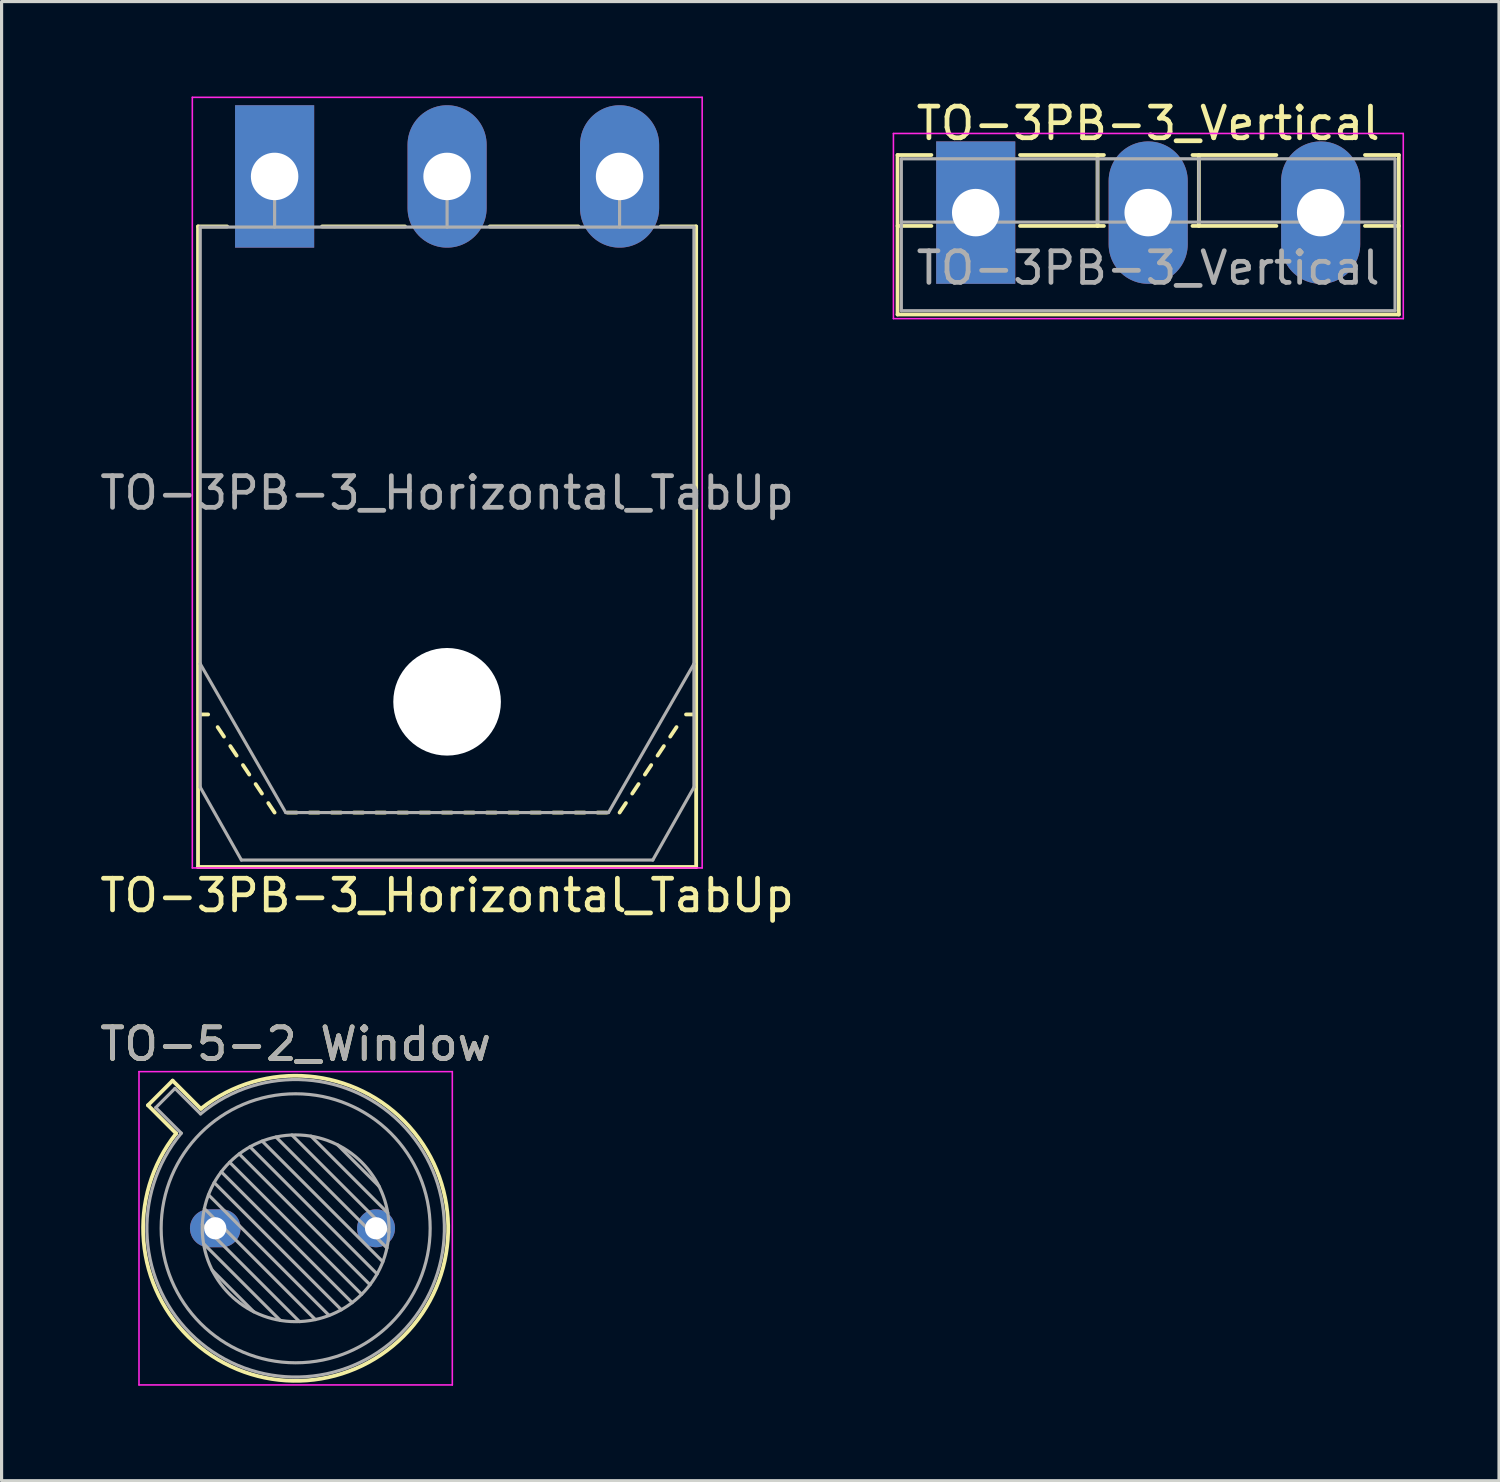
<source format=kicad_pcb>
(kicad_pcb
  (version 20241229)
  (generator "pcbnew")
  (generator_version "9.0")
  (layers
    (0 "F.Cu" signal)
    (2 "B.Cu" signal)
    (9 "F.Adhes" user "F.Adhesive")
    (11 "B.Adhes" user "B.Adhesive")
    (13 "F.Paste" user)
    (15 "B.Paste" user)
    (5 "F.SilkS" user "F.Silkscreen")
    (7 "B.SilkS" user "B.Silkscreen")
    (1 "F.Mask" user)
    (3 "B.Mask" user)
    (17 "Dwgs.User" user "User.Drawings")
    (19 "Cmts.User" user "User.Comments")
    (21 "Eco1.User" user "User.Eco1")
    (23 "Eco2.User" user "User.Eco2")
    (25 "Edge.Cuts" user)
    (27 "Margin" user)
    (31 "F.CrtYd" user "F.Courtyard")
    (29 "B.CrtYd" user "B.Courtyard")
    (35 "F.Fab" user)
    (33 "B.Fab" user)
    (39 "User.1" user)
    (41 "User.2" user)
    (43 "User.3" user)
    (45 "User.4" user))
  (footprint "TO-5-2_Window"
    (layer "F.Cu")
    (at 3.752 35.761)
    (property "Reference" "TO-5-2_Window" (at 2.54 -5.82 0) (layer "F.SilkS") (effects (font (size 1 1) (thickness 0.15))))
    (attr through_hole)
    (fp_line (start -2.126 -3.888) (end -1.235 -2.997) (stroke (width 0.12) (type solid)) (layer "F.SilkS"))
    (fp_line (start -1.348 -4.666) (end -2.126 -3.888) (stroke (width 0.12) (type solid)) (layer "F.SilkS"))
    (fp_line (start -0.457 -3.775) (end -1.348 -4.666) (stroke (width 0.12) (type solid)) (layer "F.SilkS"))
    (fp_arc (start -0.457084 -3.774902) (mid 5.948125 3.408384) (end -1.234674 -2.997371) (stroke (width 0.12) (type solid)) (layer "F.SilkS"))
    (fp_line (start -2.41 -4.95) (end -2.41 4.95) (stroke (width 0.05) (type solid)) (layer "F.CrtYd"))
    (fp_line (start -2.41 4.95) (end 7.49 4.95) (stroke (width 0.05) (type solid)) (layer "F.CrtYd"))
    (fp_line (start 7.49 -4.95) (end -2.41 -4.95) (stroke (width 0.05) (type solid)) (layer "F.CrtYd"))
    (fp_line (start 7.49 4.95) (end 7.49 -4.95) (stroke (width 0.05) (type solid)) (layer "F.CrtYd"))
    (fp_line (start -1.88 -3.812) (end -1.074 -3.005) (stroke (width 0.1) (type solid)) (layer "F.Fab"))
    (fp_line (start -1.272 -4.42) (end -1.88 -3.812) (stroke (width 0.1) (type solid)) (layer "F.Fab"))
    (fp_line (start -0.465 -3.614) (end -1.272 -4.42) (stroke (width 0.1) (type solid)) (layer "F.Fab"))
    (fp_line (start -0.408 -0.12) (end 2.66 2.948) (stroke (width 0.1) (type solid)) (layer "F.Fab"))
    (fp_line (start -0.371 0.485) (end 2.055 2.911) (stroke (width 0.1) (type solid)) (layer "F.Fab"))
    (fp_line (start -0.344 -0.622) (end 3.162 2.884) (stroke (width 0.1) (type solid)) (layer "F.Fab"))
    (fp_line (start -0.215 -1.058) (end 3.598 2.755) (stroke (width 0.1) (type solid)) (layer "F.Fab"))
    (fp_line (start -0.097 1.324) (end 1.216 2.637) (stroke (width 0.1) (type solid)) (layer "F.Fab"))
    (fp_line (start -0.034 -1.443) (end 3.983 2.574) (stroke (width 0.1) (type solid)) (layer "F.Fab"))
    (fp_line (start 0.19 -1.784) (end 4.324 2.35) (stroke (width 0.1) (type solid)) (layer "F.Fab"))
    (fp_line (start 0.454 -2.086) (end 4.626 2.086) (stroke (width 0.1) (type solid)) (layer "F.Fab"))
    (fp_line (start 0.756 -2.35) (end 4.89 1.784) (stroke (width 0.1) (type solid)) (layer "F.Fab"))
    (fp_line (start 1.097 -2.574) (end 5.114 1.443) (stroke (width 0.1) (type solid)) (layer "F.Fab"))
    (fp_line (start 1.482 -2.755) (end 5.295 1.058) (stroke (width 0.1) (type solid)) (layer "F.Fab"))
    (fp_line (start 1.918 -2.884) (end 5.424 0.622) (stroke (width 0.1) (type solid)) (layer "F.Fab"))
    (fp_line (start 2.42 -2.948) (end 5.488 0.12) (stroke (width 0.1) (type solid)) (layer "F.Fab"))
    (fp_line (start 3.025 -2.911) (end 5.451 -0.485) (stroke (width 0.1) (type solid)) (layer "F.Fab"))
    (fp_line (start 3.864 -2.637) (end 5.177 -1.324) (stroke (width 0.1) (type solid)) (layer "F.Fab"))
    (fp_arc (start -0.465408 -3.61352) (mid 5.863443 3.323361) (end -1.073594 -3.005319) (stroke (width 0.1) (type solid)) (layer "F.Fab"))
    (fp_circle (center 2.54 0) (end 5.49 0) (stroke (width 0.1) (type solid)) (fill no) (layer "F.Fab"))
    (fp_circle (center 2.54 0) (end 6.79 0) (stroke (width 0.1) (type solid)) (fill no) (layer "F.Fab"))
    (fp_text user "${REFERENCE}" (at 2.54 -5.82 0) (layer "F.Fab") (effects (font (size 1 1) (thickness 0.15))))
    (pad "1" thru_hole oval (at 0 0) (size 1.6 1.2) (drill 0.7) (layers "*.Cu" "*.Mask"))
    (pad "2" thru_hole oval (at 5.08 0) (size 1.2 1.2) (drill 0.7) (layers "*.Cu" "*.Mask")))
  (footprint "TO-3PB-3_Vertical"
    (layer "F.Cu")
    (at 27.78 3.668)
    (property "Reference" "TO-3PB-3_Vertical" (at 5.45 -2.82 0) (layer "F.SilkS") (effects (font (size 1 1) (thickness 0.15))))
    (attr through_hole)
    (fp_line (start -2.47 -1.82) (end -2.47 3.22) (stroke (width 0.12) (type solid)) (layer "F.SilkS"))
    (fp_line (start -2.47 -1.82) (end -1.4 -1.82) (stroke (width 0.12) (type solid)) (layer "F.SilkS"))
    (fp_line (start -2.47 0.421) (end -1.4 0.421) (stroke (width 0.12) (type solid)) (layer "F.SilkS"))
    (fp_line (start -2.47 3.22) (end 13.37 3.22) (stroke (width 0.12) (type solid)) (layer "F.SilkS"))
    (fp_line (start 1.4 -1.82) (end 4.051 -1.82) (stroke (width 0.12) (type solid)) (layer "F.SilkS"))
    (fp_line (start 1.4 0.421) (end 4.051 0.421) (stroke (width 0.12) (type solid)) (layer "F.SilkS"))
    (fp_line (start 3.85 -1.82) (end 3.85 0.421) (stroke (width 0.12) (type solid)) (layer "F.SilkS"))
    (fp_line (start 6.85 -1.82) (end 9.5 -1.82) (stroke (width 0.12) (type solid)) (layer "F.SilkS"))
    (fp_line (start 6.85 0.421) (end 9.5 0.421) (stroke (width 0.12) (type solid)) (layer "F.SilkS"))
    (fp_line (start 7.051 -1.82) (end 7.051 0.421) (stroke (width 0.12) (type solid)) (layer "F.SilkS"))
    (fp_line (start 12.3 -1.82) (end 13.37 -1.82) (stroke (width 0.12) (type solid)) (layer "F.SilkS"))
    (fp_line (start 12.3 0.421) (end 13.37 0.421) (stroke (width 0.12) (type solid)) (layer "F.SilkS"))
    (fp_line (start 13.37 -1.82) (end 13.37 3.22) (stroke (width 0.12) (type solid)) (layer "F.SilkS"))
    (fp_line (start -2.6 -2.5) (end -2.6 3.35) (stroke (width 0.05) (type solid)) (layer "F.CrtYd"))
    (fp_line (start -2.6 3.35) (end 13.51 3.35) (stroke (width 0.05) (type solid)) (layer "F.CrtYd"))
    (fp_line (start 13.51 -2.5) (end -2.6 -2.5) (stroke (width 0.05) (type solid)) (layer "F.CrtYd"))
    (fp_line (start 13.51 3.35) (end 13.51 -2.5) (stroke (width 0.05) (type solid)) (layer "F.CrtYd"))
    (fp_line (start -2.35 -1.7) (end -2.35 3.1) (stroke (width 0.1) (type solid)) (layer "F.Fab"))
    (fp_line (start -2.35 0.3) (end 13.25 0.3) (stroke (width 0.1) (type solid)) (layer "F.Fab"))
    (fp_line (start -2.35 3.1) (end 13.25 3.1) (stroke (width 0.1) (type solid)) (layer "F.Fab"))
    (fp_line (start 3.85 -1.7) (end 3.85 0.3) (stroke (width 0.1) (type solid)) (layer "F.Fab"))
    (fp_line (start 7.05 -1.7) (end 7.05 0.3) (stroke (width 0.1) (type solid)) (layer "F.Fab"))
    (fp_line (start 13.25 -1.7) (end -2.35 -1.7) (stroke (width 0.1) (type solid)) (layer "F.Fab"))
    (fp_line (start 13.25 3.1) (end 13.25 -1.7) (stroke (width 0.1) (type solid)) (layer "F.Fab"))
    (fp_text user "${REFERENCE}" (at 5.45 1.75 0) (layer "F.Fab") (effects (font (size 1 1) (thickness 0.15))))
    (pad "1" thru_hole rect (at 0 0) (size 2.5 4.5) (drill 1.5) (layers "*.Cu" "*.Mask"))
    (pad "2" thru_hole oval (at 5.45 0) (size 2.5 4.5) (drill 1.5) (layers "*.Cu" "*.Mask"))
    (pad "3" thru_hole oval (at 10.9 0) (size 2.5 4.5) (drill 1.5) (layers "*.Cu" "*.Mask")))
  (footprint "TO-3PB-3_Horizontal_TabUp"
    (layer "F.Cu")
    (at 5.627 2.525)
    (property "Reference" "TO-3PB-3_Horizontal_TabUp" (at 5.45 22.72 0) (layer "F.SilkS") (effects (font (size 1 1) (thickness 0.15))))
    (attr through_hole)
    (fp_line (start -2.42 21.82) (end -2.42 1.58) (stroke (width 0.12) (type solid)) (layer "F.SilkS"))
    (fp_line (start -2.1 17) (end -2.4 17) (stroke (width 0.12) (type solid)) (layer "F.SilkS"))
    (fp_line (start -1.8 17.4) (end -1.6 17.7) (stroke (width 0.12) (type solid)) (layer "F.SilkS"))
    (fp_line (start -1.5 1.58) (end -2.42 1.58) (stroke (width 0.12) (type solid)) (layer "F.SilkS"))
    (fp_line (start -1.4 18) (end -1.2 18.3) (stroke (width 0.12) (type solid)) (layer "F.SilkS"))
    (fp_line (start -1 18.6) (end -0.8 18.9) (stroke (width 0.12) (type solid)) (layer "F.SilkS"))
    (fp_line (start -0.6 19.2) (end -0.4 19.5) (stroke (width 0.12) (type solid)) (layer "F.SilkS"))
    (fp_line (start -0.2 19.8) (end 0 20.1) (stroke (width 0.12) (type solid)) (layer "F.SilkS"))
    (fp_line (start 0.7 20.1) (end 0.4 20.1) (stroke (width 0.12) (type solid)) (layer "F.SilkS"))
    (fp_line (start 1.4 20.1) (end 1.1 20.1) (stroke (width 0.12) (type solid)) (layer "F.SilkS"))
    (fp_line (start 2.1 20.1) (end 1.8 20.1) (stroke (width 0.12) (type solid)) (layer "F.SilkS"))
    (fp_line (start 2.8 20.1) (end 2.5 20.1) (stroke (width 0.12) (type solid)) (layer "F.SilkS"))
    (fp_line (start 3.5 20.1) (end 3.2 20.1) (stroke (width 0.12) (type solid)) (layer "F.SilkS"))
    (fp_line (start 4.12 1.58) (end 1.5 1.58) (stroke (width 0.12) (type solid)) (layer "F.SilkS"))
    (fp_line (start 4.2 20.1) (end 3.9 20.1) (stroke (width 0.12) (type solid)) (layer "F.SilkS"))
    (fp_line (start 4.9 20.1) (end 4.6 20.1) (stroke (width 0.12) (type solid)) (layer "F.SilkS"))
    (fp_line (start 5.6 20.1) (end 5.3 20.1) (stroke (width 0.12) (type solid)) (layer "F.SilkS"))
    (fp_line (start 6.3 20.1) (end 6 20.1) (stroke (width 0.12) (type solid)) (layer "F.SilkS"))
    (fp_line (start 7 20.1) (end 6.7 20.1) (stroke (width 0.12) (type solid)) (layer "F.SilkS"))
    (fp_line (start 7.7 20.1) (end 7.4 20.1) (stroke (width 0.12) (type solid)) (layer "F.SilkS"))
    (fp_line (start 8.4 20.1) (end 8.1 20.1) (stroke (width 0.12) (type solid)) (layer "F.SilkS"))
    (fp_line (start 9.1 20.1) (end 8.8 20.1) (stroke (width 0.12) (type solid)) (layer "F.SilkS"))
    (fp_line (start 9.6 1.58) (end 6.8 1.58) (stroke (width 0.12) (type solid)) (layer "F.SilkS"))
    (fp_line (start 9.8 20.1) (end 9.5 20.1) (stroke (width 0.12) (type solid)) (layer "F.SilkS"))
    (fp_line (start 10.5 20.1) (end 10.2 20.1) (stroke (width 0.12) (type solid)) (layer "F.SilkS"))
    (fp_line (start 11.1 19.8) (end 10.9 20.1) (stroke (width 0.12) (type solid)) (layer "F.SilkS"))
    (fp_line (start 11.5 19.2) (end 11.3 19.5) (stroke (width 0.12) (type solid)) (layer "F.SilkS"))
    (fp_line (start 11.9 18.6) (end 11.7 18.9) (stroke (width 0.12) (type solid)) (layer "F.SilkS"))
    (fp_line (start 12.3 18) (end 12.1 18.3) (stroke (width 0.12) (type solid)) (layer "F.SilkS"))
    (fp_line (start 12.7 17.4) (end 12.5 17.7) (stroke (width 0.12) (type solid)) (layer "F.SilkS"))
    (fp_line (start 13 17) (end 13.3 17) (stroke (width 0.12) (type solid)) (layer "F.SilkS"))
    (fp_line (start 13.32 1.58) (end 12.2 1.58) (stroke (width 0.12) (type solid)) (layer "F.SilkS"))
    (fp_line (start 13.32 21.82) (end -2.42 21.82) (stroke (width 0.12) (type solid)) (layer "F.SilkS"))
    (fp_line (start 13.32 21.82) (end 13.32 1.58) (stroke (width 0.12) (type solid)) (layer "F.SilkS"))
    (fp_line (start -2.6 -2.5) (end -2.6 21.85) (stroke (width 0.05) (type solid)) (layer "F.CrtYd"))
    (fp_line (start -2.6 21.85) (end 13.51 21.85) (stroke (width 0.05) (type solid)) (layer "F.CrtYd"))
    (fp_line (start 13.51 -2.5) (end -2.6 -2.5) (stroke (width 0.05) (type solid)) (layer "F.CrtYd"))
    (fp_line (start 13.51 21.85) (end 13.51 -2.5) (stroke (width 0.05) (type solid)) (layer "F.CrtYd"))
    (fp_line (start -2.35 1.6) (end -2.35 15.401) (stroke (width 0.1) (type solid)) (layer "F.Fab"))
    (fp_line (start -2.35 15.401) (end -2.35 19.3) (stroke (width 0.1) (type solid)) (layer "F.Fab"))
    (fp_line (start -2.35 15.401) (end 0.351 20.1) (stroke (width 0.1) (type solid)) (layer "F.Fab"))
    (fp_line (start -2.35 19.3) (end -1.05 21.6) (stroke (width 0.1) (type solid)) (layer "F.Fab"))
    (fp_line (start -1.05 21.6) (end 11.95 21.6) (stroke (width 0.1) (type solid)) (layer "F.Fab"))
    (fp_line (start 0 1.6) (end 0 0) (stroke (width 0.1) (type solid)) (layer "F.Fab"))
    (fp_line (start 0.351 20.1) (end 10.55 20.1) (stroke (width 0.1) (type solid)) (layer "F.Fab"))
    (fp_line (start 5.45 1.6) (end 5.45 0) (stroke (width 0.1) (type solid)) (layer "F.Fab"))
    (fp_line (start 10.55 20.1) (end 13.25 15.401) (stroke (width 0.1) (type solid)) (layer "F.Fab"))
    (fp_line (start 10.9 1.6) (end 10.9 0) (stroke (width 0.1) (type solid)) (layer "F.Fab"))
    (fp_line (start 11.95 21.6) (end 13.25 19.3) (stroke (width 0.1) (type solid)) (layer "F.Fab"))
    (fp_line (start 13.25 1.6) (end -2.35 1.6) (stroke (width 0.1) (type solid)) (layer "F.Fab"))
    (fp_line (start 13.25 15.401) (end 13.25 1.6) (stroke (width 0.1) (type solid)) (layer "F.Fab"))
    (fp_line (start 13.25 19.3) (end 13.25 15.401) (stroke (width 0.1) (type solid)) (layer "F.Fab"))
    (fp_circle (center 5.45 16.6) (end 7.05 16.6) (stroke (width 0.1) (type solid)) (fill no) (layer "F.Fab"))
    (fp_text user "${REFERENCE}" (at 5.45 10 0) (layer "F.Fab") (effects (font (size 1 1) (thickness 0.15))))
    (pad "" np_thru_hole oval (at 5.45 16.6) (size 3.4 3.4) (drill 3.4) (layers "*.Cu" "*.Mask"))
    (pad "1" thru_hole rect (at 0 0) (size 2.5 4.5) (drill 1.5) (layers "*.Cu" "*.Mask"))
    (pad "2" thru_hole oval (at 5.45 0) (size 2.5 4.5) (drill 1.5) (layers "*.Cu" "*.Mask"))
    (pad "3" thru_hole oval (at 10.9 0) (size 2.5 4.5) (drill 1.5) (layers "*.Cu" "*.Mask")))
  (gr_rect
    (start -3 -3)
    (end 44.315 43.736)
    (stroke (width 0.1) (type default))
    (fill no)
    (layer "Edge.Cuts")))
</source>
